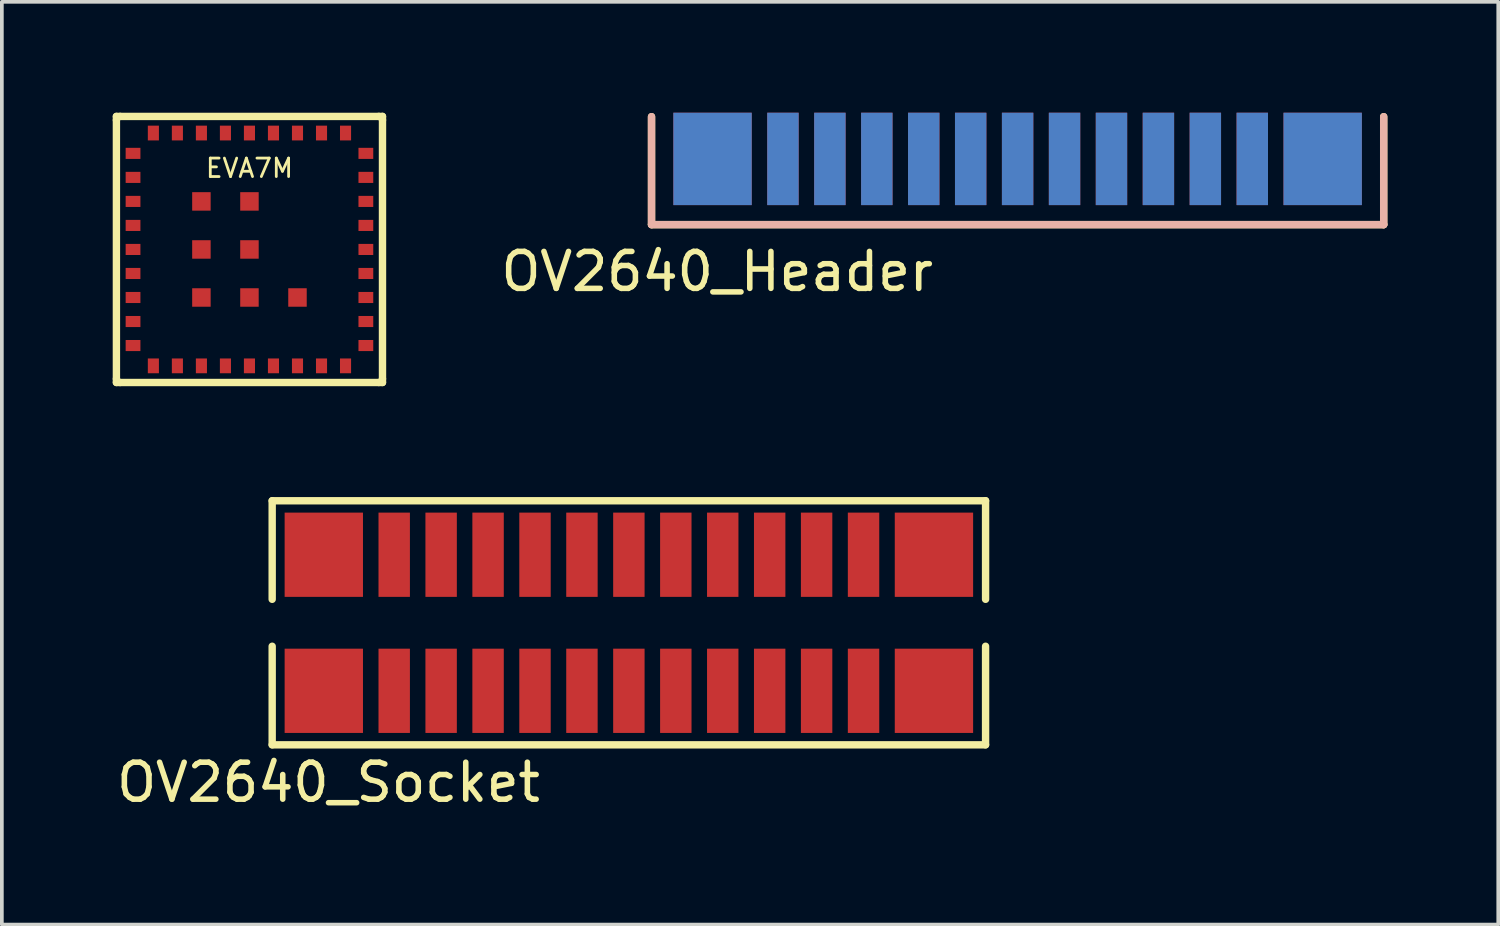
<source format=kicad_pcb>
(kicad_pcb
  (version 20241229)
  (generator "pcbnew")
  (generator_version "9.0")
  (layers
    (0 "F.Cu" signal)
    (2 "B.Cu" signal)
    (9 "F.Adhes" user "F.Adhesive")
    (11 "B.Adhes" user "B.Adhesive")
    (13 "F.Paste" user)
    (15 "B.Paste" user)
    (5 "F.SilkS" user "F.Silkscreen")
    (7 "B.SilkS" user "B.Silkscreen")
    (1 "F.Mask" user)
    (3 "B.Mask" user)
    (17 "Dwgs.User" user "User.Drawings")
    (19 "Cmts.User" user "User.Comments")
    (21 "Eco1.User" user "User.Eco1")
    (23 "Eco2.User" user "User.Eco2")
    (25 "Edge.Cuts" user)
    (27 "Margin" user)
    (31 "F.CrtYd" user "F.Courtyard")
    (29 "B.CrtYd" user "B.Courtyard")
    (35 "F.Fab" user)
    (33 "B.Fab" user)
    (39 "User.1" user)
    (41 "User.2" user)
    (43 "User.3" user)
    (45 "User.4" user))
  (footprint "OV2640_Socket"
    (layer "F.Cu")
    (at 13.967 13.802)
    (property "Reference" "OV2640_Socket" (at -8.128 4.318 0) (layer "F.SilkS") (effects (font (size 1 1) (thickness 0.15))))
    (attr through_hole)
    (fp_line (start -9.652 -3.302) (end -9.652 -0.635) (stroke (width 0.2) (type solid)) (layer "F.SilkS"))
    (fp_line (start -9.652 3.302) (end -9.652 0.635) (stroke (width 0.2) (type solid)) (layer "F.SilkS"))
    (fp_line (start -9.652 3.302) (end 9.652 3.302) (stroke (width 0.2) (type solid)) (layer "F.SilkS"))
    (fp_line (start 9.652 -3.302) (end -9.652 -3.302) (stroke (width 0.2) (type solid)) (layer "F.SilkS"))
    (fp_line (start 9.652 -3.302) (end 9.652 -0.635) (stroke (width 0.2) (type solid)) (layer "F.SilkS"))
    (fp_line (start 9.652 3.302) (end 9.652 0.635) (stroke (width 0.2) (type solid)) (layer "F.SilkS"))
    (pad "1" smd rect (at -8.255 -1.841) (size 2.12 2.28) (layers "F.Cu" "F.Mask" "F.Paste"))
    (pad "2" smd rect (at -8.255 1.841) (size 2.12 2.28) (layers "F.Cu" "F.Mask" "F.Paste"))
    (pad "3" smd rect (at -6.35 -1.841) (size 0.85 2.28) (layers "F.Cu" "F.Mask" "F.Paste"))
    (pad "4" smd rect (at -6.35 1.841) (size 0.85 2.28) (layers "F.Cu" "F.Mask" "F.Paste"))
    (pad "5" smd rect (at -5.08 -1.841) (size 0.85 2.28) (layers "F.Cu" "F.Mask" "F.Paste"))
    (pad "6" smd rect (at -5.08 1.841) (size 0.85 2.28) (layers "F.Cu" "F.Mask" "F.Paste"))
    (pad "7" smd rect (at -3.81 -1.841) (size 0.85 2.28) (layers "F.Cu" "F.Mask" "F.Paste"))
    (pad "8" smd rect (at -3.81 1.841) (size 0.85 2.28) (layers "F.Cu" "F.Mask" "F.Paste"))
    (pad "9" smd rect (at -2.54 -1.841) (size 0.85 2.28) (layers "F.Cu" "F.Mask" "F.Paste"))
    (pad "10" smd rect (at -2.54 1.841) (size 0.85 2.28) (layers "F.Cu" "F.Mask" "F.Paste"))
    (pad "11" smd rect (at -1.27 -1.841) (size 0.85 2.28) (layers "F.Cu" "F.Mask" "F.Paste"))
    (pad "12" smd rect (at -1.27 1.841) (size 0.85 2.28) (layers "F.Cu" "F.Mask" "F.Paste"))
    (pad "13" smd rect (at 0 -1.841) (size 0.85 2.28) (layers "F.Cu" "F.Mask" "F.Paste"))
    (pad "14" smd rect (at 0 1.841) (size 0.85 2.28) (layers "F.Cu" "F.Mask" "F.Paste"))
    (pad "15" smd rect (at 1.27 -1.841) (size 0.85 2.28) (layers "F.Cu" "F.Mask" "F.Paste"))
    (pad "16" smd rect (at 1.27 1.841) (size 0.85 2.28) (layers "F.Cu" "F.Mask" "F.Paste"))
    (pad "17" smd rect (at 2.54 -1.841) (size 0.85 2.28) (layers "F.Cu" "F.Mask" "F.Paste"))
    (pad "18" smd rect (at 2.54 1.841) (size 0.85 2.28) (layers "F.Cu" "F.Mask" "F.Paste"))
    (pad "19" smd rect (at 3.81 -1.841) (size 0.85 2.28) (layers "F.Cu" "F.Mask" "F.Paste"))
    (pad "20" smd rect (at 3.81 1.841) (size 0.85 2.28) (layers "F.Cu" "F.Mask" "F.Paste"))
    (pad "21" smd rect (at 5.08 -1.841) (size 0.85 2.28) (layers "F.Cu" "F.Mask" "F.Paste"))
    (pad "22" smd rect (at 5.08 1.841) (size 0.85 2.28) (layers "F.Cu" "F.Mask" "F.Paste"))
    (pad "23" smd rect (at 6.35 -1.841) (size 0.85 2.28) (layers "F.Cu" "F.Mask" "F.Paste"))
    (pad "24" smd rect (at 6.35 1.841) (size 0.85 2.28) (layers "F.Cu" "F.Mask" "F.Paste"))
    (pad "25" smd rect (at 8.255 -1.841) (size 2.12 2.28) (layers "F.Cu" "F.Mask" "F.Paste"))
    (pad "26" smd rect (at 8.255 1.841) (size 2.12 2.28) (layers "F.Cu" "F.Mask" "F.Paste")))
  (footprint "OV2640_Header"
    (layer "F.Cu")
    (at 24.486 1.25)
    (property "Reference" "OV2640_Header" (at -8.128 3.048 0) (layer "F.SilkS") (effects (font (size 1 1) (thickness 0.15))))
    (attr through_hole)
    (fp_line (start -9.906 1.778) (end -9.906 -1.143) (stroke (width 0.2) (type solid)) (layer "F.SilkS"))
    (fp_line (start -9.906 1.778) (end 9.906 1.778) (stroke (width 0.2) (type solid)) (layer "F.SilkS"))
    (fp_line (start 9.906 -1.143) (end 9.906 1.778) (stroke (width 0.2) (type solid)) (layer "F.SilkS"))
    (fp_line (start -9.906 1.778) (end -9.906 -1.143) (stroke (width 0.2) (type solid)) (layer "B.SilkS"))
    (fp_line (start 9.906 1.778) (end -9.906 1.778) (stroke (width 0.2) (type solid)) (layer "B.SilkS"))
    (fp_line (start 9.906 1.778) (end 9.906 -1.143) (stroke (width 0.2) (type solid)) (layer "B.SilkS"))
    (pad "1" smd rect (at -8.255 0) (size 2.12 2.5) (layers "F.Cu" "F.Mask" "F.Paste"))
    (pad "2" smd rect (at -8.255 0) (size 2.12 2.5) (layers "B.Cu" "B.Mask" "B.Paste"))
    (pad "3" smd rect (at -6.35 0) (size 0.85 2.5) (layers "F.Cu" "F.Mask" "F.Paste"))
    (pad "4" smd rect (at -6.35 0) (size 0.85 2.5) (layers "B.Cu" "B.Mask" "B.Paste"))
    (pad "5" smd rect (at -5.08 0) (size 0.85 2.5) (layers "F.Cu" "F.Mask" "F.Paste"))
    (pad "6" smd rect (at -5.08 0) (size 0.85 2.5) (layers "B.Cu" "B.Mask" "B.Paste"))
    (pad "7" smd rect (at -3.81 0) (size 0.85 2.5) (layers "F.Cu" "F.Mask" "F.Paste"))
    (pad "8" smd rect (at -3.81 0) (size 0.85 2.5) (layers "B.Cu" "B.Mask" "B.Paste"))
    (pad "9" smd rect (at -2.54 0) (size 0.85 2.5) (layers "F.Cu" "F.Mask" "F.Paste"))
    (pad "10" smd rect (at -2.54 0) (size 0.85 2.5) (layers "B.Cu" "B.Mask" "B.Paste"))
    (pad "11" smd rect (at -1.27 0) (size 0.85 2.5) (layers "F.Cu" "F.Mask" "F.Paste"))
    (pad "12" smd rect (at -1.27 0) (size 0.85 2.5) (layers "B.Cu" "B.Mask" "B.Paste"))
    (pad "13" smd rect (at 0 0) (size 0.85 2.5) (layers "F.Cu" "F.Mask" "F.Paste"))
    (pad "14" smd rect (at 0 0) (size 0.85 2.5) (layers "B.Cu" "B.Mask" "B.Paste"))
    (pad "15" smd rect (at 1.27 0) (size 0.85 2.5) (layers "F.Cu" "F.Mask" "F.Paste"))
    (pad "16" smd rect (at 1.27 0) (size 0.85 2.5) (layers "B.Cu" "B.Mask" "B.Paste"))
    (pad "17" smd rect (at 2.54 0) (size 0.85 2.5) (layers "F.Cu" "F.Mask" "F.Paste"))
    (pad "18" smd rect (at 2.54 0) (size 0.85 2.5) (layers "B.Cu" "B.Mask" "B.Paste"))
    (pad "19" smd rect (at 3.81 0) (size 0.85 2.5) (layers "F.Cu" "F.Mask" "F.Paste"))
    (pad "20" smd rect (at 3.81 0) (size 0.85 2.5) (layers "B.Cu" "B.Mask" "B.Paste"))
    (pad "21" smd rect (at 5.08 0) (size 0.85 2.5) (layers "F.Cu" "F.Mask" "F.Paste"))
    (pad "22" smd rect (at 5.08 0) (size 0.85 2.5) (layers "B.Cu" "B.Mask" "B.Paste"))
    (pad "23" smd rect (at 6.35 0) (size 0.85 2.5) (layers "F.Cu" "F.Mask" "F.Paste"))
    (pad "24" smd rect (at 6.35 0) (size 0.85 2.5) (layers "B.Cu" "B.Mask" "B.Paste"))
    (pad "25" smd rect (at 8.255 0) (size 2.12 2.5) (layers "F.Cu" "F.Mask" "F.Paste"))
    (pad "26" smd rect (at 8.255 0) (size 2.12 2.5) (layers "B.Cu" "B.Mask" "B.Paste")))
  (footprint "EVA7M"
    (layer "F.Cu")
    (at 3.7 3.7)
    (property "Reference" "EVA7M" (at 0 -2.2 0) (layer "F.SilkS") (effects (font (size 0.5 0.5) (thickness 0.075))))
    (attr through_hole)
    (fp_line (start -3.6 -3.6) (end -3.6 -3.5) (stroke (width 0.2) (type solid)) (layer "F.SilkS"))
    (fp_line (start -3.6 -3.5) (end -3.6 3.5) (stroke (width 0.2) (type solid)) (layer "F.SilkS"))
    (fp_line (start -3.6 3.5) (end -3.6 3.6) (stroke (width 0.2) (type solid)) (layer "F.SilkS"))
    (fp_line (start -3.6 3.6) (end -3.5 3.6) (stroke (width 0.2) (type solid)) (layer "F.SilkS"))
    (fp_line (start -3.5 -3.6) (end -3.6 -3.6) (stroke (width 0.2) (type solid)) (layer "F.SilkS"))
    (fp_line (start -3.5 3.6) (end 3.5 3.6) (stroke (width 0.2) (type solid)) (layer "F.SilkS"))
    (fp_line (start 3.5 -3.6) (end -3.5 -3.6) (stroke (width 0.2) (type solid)) (layer "F.SilkS"))
    (fp_line (start 3.5 -3.6) (end 3.6 -3.6) (stroke (width 0.2) (type solid)) (layer "F.SilkS"))
    (fp_line (start 3.5 3.6) (end 3.6 3.6) (stroke (width 0.2) (type solid)) (layer "F.SilkS"))
    (fp_line (start 3.6 -3.6) (end 3.6 -3.5) (stroke (width 0.2) (type solid)) (layer "F.SilkS"))
    (fp_line (start 3.6 3.5) (end 3.6 -3.5) (stroke (width 0.2) (type solid)) (layer "F.SilkS"))
    (fp_line (start 3.6 3.6) (end 3.6 3.5) (stroke (width 0.2) (type solid)) (layer "F.SilkS"))
    (pad "1" smd rect (at -3.15 -2.6) (size 0.4 0.3) (layers "F.Cu" "F.Mask" "F.Paste"))
    (pad "2" smd rect (at -3.15 -1.95) (size 0.4 0.3) (layers "F.Cu" "F.Mask" "F.Paste"))
    (pad "3" smd rect (at -3.15 -1.3) (size 0.4 0.3) (layers "F.Cu" "F.Mask" "F.Paste"))
    (pad "4" smd rect (at -3.15 -0.65) (size 0.4 0.3) (layers "F.Cu" "F.Mask" "F.Paste"))
    (pad "5" smd rect (at -3.15 0) (size 0.4 0.3) (layers "F.Cu" "F.Mask" "F.Paste"))
    (pad "6" smd rect (at -3.15 0.65) (size 0.4 0.3) (layers "F.Cu" "F.Mask" "F.Paste"))
    (pad "7" smd rect (at -3.15 1.3) (size 0.4 0.3) (layers "F.Cu" "F.Mask" "F.Paste"))
    (pad "8" smd rect (at -3.15 1.95) (size 0.4 0.3) (layers "F.Cu" "F.Mask" "F.Paste"))
    (pad "9" smd rect (at -3.15 2.6) (size 0.4 0.3) (layers "F.Cu" "F.Mask" "F.Paste"))
    (pad "10" smd rect (at -2.6 3.15) (size 0.3 0.4) (layers "F.Cu" "F.Mask" "F.Paste"))
    (pad "11" smd rect (at -1.95 3.15) (size 0.3 0.4) (layers "F.Cu" "F.Mask" "F.Paste"))
    (pad "12" smd rect (at -1.3 3.15) (size 0.3 0.4) (layers "F.Cu" "F.Mask" "F.Paste"))
    (pad "13" smd rect (at -0.65 3.15) (size 0.3 0.4) (layers "F.Cu" "F.Mask" "F.Paste"))
    (pad "14" smd rect (at 0 3.15) (size 0.3 0.4) (layers "F.Cu" "F.Mask" "F.Paste"))
    (pad "15" smd rect (at 0.65 3.15) (size 0.3 0.4) (layers "F.Cu" "F.Mask" "F.Paste"))
    (pad "16" smd rect (at 1.3 3.15) (size 0.3 0.4) (layers "F.Cu" "F.Mask" "F.Paste"))
    (pad "17" smd rect (at 1.95 3.15) (size 0.3 0.4) (layers "F.Cu" "F.Mask" "F.Paste"))
    (pad "18" smd rect (at 2.6 3.15) (size 0.3 0.4) (layers "F.Cu" "F.Mask" "F.Paste"))
    (pad "19" smd rect (at 3.15 2.6) (size 0.4 0.3) (layers "F.Cu" "F.Mask" "F.Paste"))
    (pad "20" smd rect (at 3.15 1.95) (size 0.4 0.3) (layers "F.Cu" "F.Mask" "F.Paste"))
    (pad "21" smd rect (at 3.15 1.3) (size 0.4 0.3) (layers "F.Cu" "F.Mask" "F.Paste"))
    (pad "22" smd rect (at 3.15 0.65) (size 0.4 0.3) (layers "F.Cu" "F.Mask" "F.Paste"))
    (pad "23" smd rect (at 3.15 0) (size 0.4 0.3) (layers "F.Cu" "F.Mask" "F.Paste"))
    (pad "24" smd rect (at 3.15 -0.65) (size 0.4 0.3) (layers "F.Cu" "F.Mask" "F.Paste"))
    (pad "25" smd rect (at 3.15 -1.3) (size 0.4 0.3) (layers "F.Cu" "F.Mask" "F.Paste"))
    (pad "26" smd rect (at 3.15 -1.95) (size 0.4 0.3) (layers "F.Cu" "F.Mask" "F.Paste"))
    (pad "27" smd rect (at 3.15 -2.6) (size 0.4 0.3) (layers "F.Cu" "F.Mask" "F.Paste"))
    (pad "28" smd rect (at 2.6 -3.15) (size 0.3 0.4) (layers "F.Cu" "F.Mask" "F.Paste"))
    (pad "29" smd rect (at 1.95 -3.15) (size 0.3 0.4) (layers "F.Cu" "F.Mask" "F.Paste"))
    (pad "30" smd rect (at 1.3 -3.15) (size 0.3 0.4) (layers "F.Cu" "F.Mask" "F.Paste"))
    (pad "31" smd rect (at 0.65 -3.15) (size 0.3 0.4) (layers "F.Cu" "F.Mask" "F.Paste"))
    (pad "32" smd rect (at 0 -3.15) (size 0.3 0.4) (layers "F.Cu" "F.Mask" "F.Paste"))
    (pad "33" smd rect (at -0.65 -3.15) (size 0.3 0.4) (layers "F.Cu" "F.Mask" "F.Paste"))
    (pad "34" smd rect (at -1.3 -3.15) (size 0.3 0.4) (layers "F.Cu" "F.Mask" "F.Paste"))
    (pad "35" smd rect (at -1.95 -3.15) (size 0.3 0.4) (layers "F.Cu" "F.Mask" "F.Paste"))
    (pad "36" smd rect (at -2.6 -3.15) (size 0.3 0.4) (layers "F.Cu" "F.Mask" "F.Paste"))
    (pad "37" smd rect (at -1.3 -1.3) (size 0.5 0.5) (layers "F.Cu" "F.Mask" "F.Paste"))
    (pad "37" smd rect (at -1.3 0) (size 0.5 0.5) (layers "F.Cu" "F.Mask" "F.Paste"))
    (pad "37" smd rect (at -1.3 1.3) (size 0.5 0.5) (layers "F.Cu" "F.Mask" "F.Paste"))
    (pad "37" smd rect (at 0 -1.3) (size 0.5 0.5) (layers "F.Cu" "F.Mask" "F.Paste"))
    (pad "37" smd rect (at 0 0) (size 0.5 0.5) (layers "F.Cu" "F.Mask" "F.Paste"))
    (pad "37" smd rect (at 0 1.3) (size 0.5 0.5) (layers "F.Cu" "F.Mask" "F.Paste"))
    (pad "37" smd rect (at 1.3 1.3) (size 0.5 0.5) (layers "F.Cu" "F.Mask" "F.Paste")))
  (gr_rect
    (start -3 -3)
    (end 37.492 21.968)
    (stroke (width 0.1) (type default))
    (fill no)
    (layer "Edge.Cuts")))
</source>
